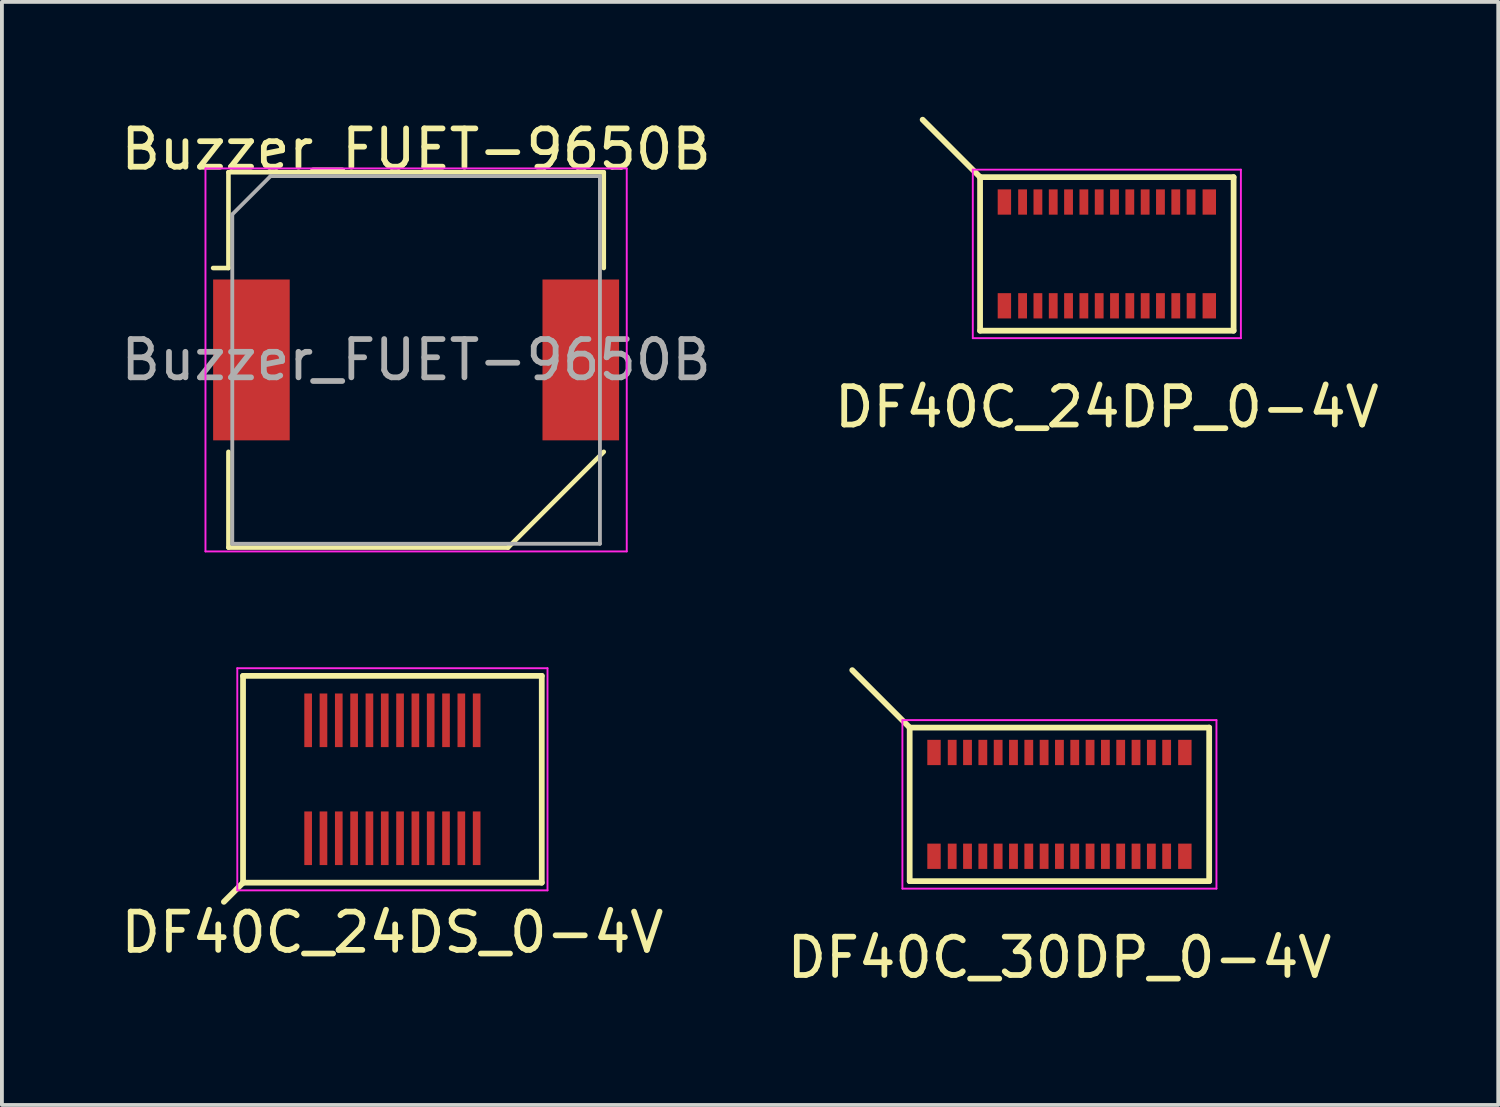
<source format=kicad_pcb>
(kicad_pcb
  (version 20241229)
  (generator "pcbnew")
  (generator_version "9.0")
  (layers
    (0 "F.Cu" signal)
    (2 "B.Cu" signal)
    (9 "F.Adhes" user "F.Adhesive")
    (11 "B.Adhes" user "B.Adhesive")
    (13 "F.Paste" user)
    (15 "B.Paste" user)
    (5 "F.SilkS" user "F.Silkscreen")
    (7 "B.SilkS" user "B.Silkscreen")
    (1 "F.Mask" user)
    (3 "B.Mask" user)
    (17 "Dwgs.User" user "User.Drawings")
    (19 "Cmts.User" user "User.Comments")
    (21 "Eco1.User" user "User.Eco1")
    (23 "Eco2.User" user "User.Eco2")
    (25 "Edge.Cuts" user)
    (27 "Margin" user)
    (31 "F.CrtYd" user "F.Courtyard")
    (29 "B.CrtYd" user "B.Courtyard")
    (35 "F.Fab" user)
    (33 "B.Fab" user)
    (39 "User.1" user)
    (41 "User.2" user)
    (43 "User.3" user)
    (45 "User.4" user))
  (footprint "DF40C_24DP_0-4V"
    (layer "F.Cu")
    (at 25.851 3.58)
    (property "Reference" "DF40C_24DP_0-4V" (at 0 4 0) (layer "F.SilkS") (effects (font (size 1 1) (thickness 0.15))))
    (attr smd)
    (fp_line (start -3.31 -2.005) (end -4.81 -3.505) (stroke (width 0.15) (type solid)) (layer "F.SilkS"))
    (fp_line (start -3.31 -2.005) (end -3.31 2.005) (stroke (width 0.15) (type solid)) (layer "F.SilkS"))
    (fp_line (start -3.31 -2.005) (end 3.31 -2.005) (stroke (width 0.15) (type solid)) (layer "F.SilkS"))
    (fp_line (start 3.31 2.005) (end -3.31 2.005) (stroke (width 0.15) (type solid)) (layer "F.SilkS"))
    (fp_line (start 3.31 2.005) (end 3.31 -2.005) (stroke (width 0.15) (type solid)) (layer "F.SilkS"))
    (fp_line (start -3.5 -2.2) (end -3.5 2.2) (stroke (width 0.05) (type solid)) (layer "F.CrtYd"))
    (fp_line (start -3.5 -2.2) (end 3.5 -2.2) (stroke (width 0.05) (type solid)) (layer "F.CrtYd"))
    (fp_line (start 3.5 2.2) (end -3.5 2.2) (stroke (width 0.05) (type solid)) (layer "F.CrtYd"))
    (fp_line (start 3.5 2.2) (end 3.5 -2.2) (stroke (width 0.05) (type solid)) (layer "F.CrtYd"))
    (pad "1" smd rect (at -2.2 -1.355 180) (size 0.23 0.66) (layers "F.Cu" "F.Mask" "F.Paste"))
    (pad "2" smd rect (at -2.2 1.355 180) (size 0.23 0.66) (layers "F.Cu" "F.Mask" "F.Paste"))
    (pad "3" smd rect (at -1.8 -1.355 180) (size 0.23 0.66) (layers "F.Cu" "F.Mask" "F.Paste"))
    (pad "4" smd rect (at -1.8 1.355 180) (size 0.23 0.66) (layers "F.Cu" "F.Mask" "F.Paste"))
    (pad "5" smd rect (at -1.4 -1.355 180) (size 0.23 0.66) (layers "F.Cu" "F.Mask" "F.Paste"))
    (pad "6" smd rect (at -1.4 1.355 180) (size 0.23 0.66) (layers "F.Cu" "F.Mask" "F.Paste"))
    (pad "7" smd rect (at -1 -1.355 180) (size 0.23 0.66) (layers "F.Cu" "F.Mask" "F.Paste"))
    (pad "8" smd rect (at -1 1.355 180) (size 0.23 0.66) (layers "F.Cu" "F.Mask" "F.Paste"))
    (pad "9" smd rect (at -0.6 -1.355 180) (size 0.23 0.66) (layers "F.Cu" "F.Mask" "F.Paste"))
    (pad "10" smd rect (at -0.6 1.355 180) (size 0.23 0.66) (layers "F.Cu" "F.Mask" "F.Paste"))
    (pad "11" smd rect (at -0.2 -1.355 180) (size 0.23 0.66) (layers "F.Cu" "F.Mask" "F.Paste"))
    (pad "12" smd rect (at -0.2 1.355 180) (size 0.23 0.66) (layers "F.Cu" "F.Mask" "F.Paste"))
    (pad "13" smd rect (at 0.2 -1.355 180) (size 0.23 0.66) (layers "F.Cu" "F.Mask" "F.Paste"))
    (pad "14" smd rect (at 0.2 1.355 180) (size 0.23 0.66) (layers "F.Cu" "F.Mask" "F.Paste"))
    (pad "15" smd rect (at 0.6 -1.355 180) (size 0.23 0.66) (layers "F.Cu" "F.Mask" "F.Paste"))
    (pad "16" smd rect (at 0.6 1.355 180) (size 0.23 0.66) (layers "F.Cu" "F.Mask" "F.Paste"))
    (pad "17" smd rect (at 1 -1.355 180) (size 0.23 0.66) (layers "F.Cu" "F.Mask" "F.Paste"))
    (pad "18" smd rect (at 1 1.355 180) (size 0.23 0.66) (layers "F.Cu" "F.Mask" "F.Paste"))
    (pad "19" smd rect (at 1.4 -1.355 180) (size 0.23 0.66) (layers "F.Cu" "F.Mask" "F.Paste"))
    (pad "20" smd rect (at 1.4 1.355 180) (size 0.23 0.66) (layers "F.Cu" "F.Mask" "F.Paste"))
    (pad "21" smd rect (at 1.8 -1.355 180) (size 0.23 0.66) (layers "F.Cu" "F.Mask" "F.Paste"))
    (pad "22" smd rect (at 1.8 1.355 180) (size 0.23 0.66) (layers "F.Cu" "F.Mask" "F.Paste"))
    (pad "23" smd rect (at 2.2 -1.355 180) (size 0.23 0.66) (layers "F.Cu" "F.Mask" "F.Paste"))
    (pad "24" smd rect (at 2.2 1.355 180) (size 0.23 0.66) (layers "F.Cu" "F.Mask" "F.Paste"))
    (pad "MP" smd rect (at -2.675 -1.355 180) (size 0.35 0.66) (layers "F.Cu" "F.Mask" "F.Paste"))
    (pad "MP" smd rect (at -2.675 1.355 180) (size 0.35 0.66) (layers "F.Cu" "F.Mask" "F.Paste"))
    (pad "MP" smd rect (at 2.675 -1.355 180) (size 0.35 0.66) (layers "F.Cu" "F.Mask" "F.Paste"))
    (pad "MP" smd rect (at 2.675 1.355 180) (size 0.35 0.66) (layers "F.Cu" "F.Mask" "F.Paste")))
  (footprint "DF40C_30DP_0-4V"
    (layer "F.Cu")
    (at 24.613 17.953)
    (property "Reference" "DF40C_30DP_0-4V" (at 0 4 0) (layer "F.SilkS") (effects (font (size 1 1) (thickness 0.15))))
    (attr smd)
    (fp_line (start -3.91 -2.005) (end -5.41 -3.505) (stroke (width 0.15) (type solid)) (layer "F.SilkS"))
    (fp_line (start -3.91 -2.005) (end -3.91 2.005) (stroke (width 0.15) (type solid)) (layer "F.SilkS"))
    (fp_line (start -3.91 -2.005) (end 3.91 -2.005) (stroke (width 0.15) (type solid)) (layer "F.SilkS"))
    (fp_line (start 3.91 2.005) (end -3.91 2.005) (stroke (width 0.15) (type solid)) (layer "F.SilkS"))
    (fp_line (start 3.91 2.005) (end 3.91 -2.005) (stroke (width 0.15) (type solid)) (layer "F.SilkS"))
    (fp_line (start -4.1 -2.2) (end -4.1 2.2) (stroke (width 0.05) (type solid)) (layer "F.CrtYd"))
    (fp_line (start -4.1 -2.2) (end 4.1 -2.2) (stroke (width 0.05) (type solid)) (layer "F.CrtYd"))
    (fp_line (start 4.1 2.2) (end -4.1 2.2) (stroke (width 0.05) (type solid)) (layer "F.CrtYd"))
    (fp_line (start 4.1 2.2) (end 4.1 -2.2) (stroke (width 0.05) (type solid)) (layer "F.CrtYd"))
    (pad "1" smd rect (at -2.8 1.355) (size 0.23 0.66) (layers "F.Cu" "F.Mask" "F.Paste"))
    (pad "2" smd rect (at -2.8 -1.355) (size 0.23 0.66) (layers "F.Cu" "F.Mask" "F.Paste"))
    (pad "3" smd rect (at -2.4 1.355) (size 0.23 0.66) (layers "F.Cu" "F.Mask" "F.Paste"))
    (pad "4" smd rect (at -2.4 -1.355) (size 0.23 0.66) (layers "F.Cu" "F.Mask" "F.Paste"))
    (pad "5" smd rect (at -2 1.355) (size 0.23 0.66) (layers "F.Cu" "F.Mask" "F.Paste"))
    (pad "6" smd rect (at -2 -1.355) (size 0.23 0.66) (layers "F.Cu" "F.Mask" "F.Paste"))
    (pad "7" smd rect (at -1.6 1.355) (size 0.23 0.66) (layers "F.Cu" "F.Mask" "F.Paste"))
    (pad "8" smd rect (at -1.6 -1.355) (size 0.23 0.66) (layers "F.Cu" "F.Mask" "F.Paste"))
    (pad "9" smd rect (at -1.2 1.355) (size 0.23 0.66) (layers "F.Cu" "F.Mask" "F.Paste"))
    (pad "10" smd rect (at -1.2 -1.355) (size 0.23 0.66) (layers "F.Cu" "F.Mask" "F.Paste"))
    (pad "11" smd rect (at -0.8 1.355) (size 0.23 0.66) (layers "F.Cu" "F.Mask" "F.Paste"))
    (pad "12" smd rect (at -0.8 -1.355) (size 0.23 0.66) (layers "F.Cu" "F.Mask" "F.Paste"))
    (pad "13" smd rect (at -0.4 1.355) (size 0.23 0.66) (layers "F.Cu" "F.Mask" "F.Paste"))
    (pad "14" smd rect (at -0.4 -1.355) (size 0.23 0.66) (layers "F.Cu" "F.Mask" "F.Paste"))
    (pad "15" smd rect (at 0 1.355) (size 0.23 0.66) (layers "F.Cu" "F.Mask" "F.Paste"))
    (pad "16" smd rect (at 0 -1.355) (size 0.23 0.66) (layers "F.Cu" "F.Mask" "F.Paste"))
    (pad "17" smd rect (at 0.4 1.355) (size 0.23 0.66) (layers "F.Cu" "F.Mask" "F.Paste"))
    (pad "18" smd rect (at 0.4 -1.355) (size 0.23 0.66) (layers "F.Cu" "F.Mask" "F.Paste"))
    (pad "19" smd rect (at 0.8 1.355) (size 0.23 0.66) (layers "F.Cu" "F.Mask" "F.Paste"))
    (pad "20" smd rect (at 0.8 -1.355) (size 0.23 0.66) (layers "F.Cu" "F.Mask" "F.Paste"))
    (pad "21" smd rect (at 1.2 1.355) (size 0.23 0.66) (layers "F.Cu" "F.Mask" "F.Paste"))
    (pad "22" smd rect (at 1.2 -1.355) (size 0.23 0.66) (layers "F.Cu" "F.Mask" "F.Paste"))
    (pad "23" smd rect (at 1.6 1.355) (size 0.23 0.66) (layers "F.Cu" "F.Mask" "F.Paste"))
    (pad "24" smd rect (at 1.6 -1.355) (size 0.23 0.66) (layers "F.Cu" "F.Mask" "F.Paste"))
    (pad "25" smd rect (at 2 1.355) (size 0.23 0.66) (layers "F.Cu" "F.Mask" "F.Paste"))
    (pad "26" smd rect (at 2 -1.355) (size 0.23 0.66) (layers "F.Cu" "F.Mask" "F.Paste"))
    (pad "27" smd rect (at 2.4 1.355) (size 0.23 0.66) (layers "F.Cu" "F.Mask" "F.Paste"))
    (pad "28" smd rect (at 2.4 -1.355) (size 0.23 0.66) (layers "F.Cu" "F.Mask" "F.Paste"))
    (pad "29" smd rect (at 2.8 1.355) (size 0.23 0.66) (layers "F.Cu" "F.Mask" "F.Paste"))
    (pad "30" smd rect (at 2.8 -1.355) (size 0.23 0.66) (layers "F.Cu" "F.Mask" "F.Paste"))
    (pad "MP" smd rect (at -3.275 -1.355) (size 0.35 0.66) (layers "F.Cu" "F.Mask" "F.Paste"))
    (pad "MP" smd rect (at -3.275 1.355) (size 0.35 0.66) (layers "F.Cu" "F.Mask" "F.Paste"))
    (pad "MP" smd rect (at 3.275 -1.355) (size 0.35 0.66) (layers "F.Cu" "F.Mask" "F.Paste"))
    (pad "MP" smd rect (at 3.275 1.355) (size 0.35 0.66) (layers "F.Cu" "F.Mask" "F.Paste")))
  (footprint "Buzzer_FUET-9650B"
    (layer "F.Cu")
    (at 7.815 6.348)
    (property "Reference" "Buzzer_FUET-9650B" (at 0 -5.5 0) (layer "F.SilkS") (effects (font (size 1 1) (thickness 0.15))))
    (attr smd)
    (fp_line (start -4.9 -4.9) (end -4.9 -2.4) (stroke (width 0.12) (type solid)) (layer "F.SilkS"))
    (fp_line (start -4.9 -4.9) (end 4.9 -4.9) (stroke (width 0.12) (type solid)) (layer "F.SilkS"))
    (fp_line (start -4.9 -2.4) (end -5.3 -2.4) (stroke (width 0.12) (type solid)) (layer "F.SilkS"))
    (fp_line (start -4.9 2.4) (end -4.9 4.9) (stroke (width 0.12) (type solid)) (layer "F.SilkS"))
    (fp_line (start 2.4 4.9) (end -4.9 4.9) (stroke (width 0.12) (type solid)) (layer "F.SilkS"))
    (fp_line (start 2.4 4.9) (end 4.9 2.4) (stroke (width 0.12) (type default)) (layer "F.SilkS"))
    (fp_line (start 4.9 -4.9) (end 4.9 -2.4) (stroke (width 0.12) (type solid)) (layer "F.SilkS"))
    (fp_line (start -5.5 -5) (end 5.5 -5) (stroke (width 0.05) (type solid)) (layer "F.CrtYd"))
    (fp_line (start -5.5 5) (end -5.5 -5) (stroke (width 0.05) (type solid)) (layer "F.CrtYd"))
    (fp_line (start 5.5 -5) (end 5.5 5) (stroke (width 0.05) (type solid)) (layer "F.CrtYd"))
    (fp_line (start 5.5 5) (end -5.5 5) (stroke (width 0.05) (type solid)) (layer "F.CrtYd"))
    (fp_line (start -4.8 -3.8) (end -4.8 4.8) (stroke (width 0.1) (type solid)) (layer "F.Fab"))
    (fp_line (start -4.8 4.8) (end 4.8 4.8) (stroke (width 0.1) (type solid)) (layer "F.Fab"))
    (fp_line (start -3.8 -4.8) (end -4.8 -3.8) (stroke (width 0.1) (type solid)) (layer "F.Fab"))
    (fp_line (start 4.8 -4.8) (end -3.8 -4.8) (stroke (width 0.1) (type solid)) (layer "F.Fab"))
    (fp_line (start 4.8 4.8) (end 4.8 -4.8) (stroke (width 0.1) (type solid)) (layer "F.Fab"))
    (fp_text user "${REFERENCE}" (at 0 0 0) (layer "F.Fab") (effects (font (size 1 1) (thickness 0.15))))
    (pad "1" smd rect (at -4.3 0) (size 2 4.2) (layers "F.Cu" "F.Mask" "F.Paste"))
    (pad "2" smd rect (at 4.3 0) (size 2 4.2) (layers "F.Cu" "F.Mask" "F.Paste")))
  (footprint "DF40C_24DS_0-4V"
    (layer "F.Cu")
    (at 7.196 17.298)
    (property "Reference" "DF40C_24DS_0-4V" (at 0 4 0) (layer "F.SilkS") (effects (font (size 1 1) (thickness 0.15))))
    (attr smd)
    (fp_line (start -3.9 -2.7) (end -3.9 2.7) (stroke (width 0.15) (type solid)) (layer "F.SilkS"))
    (fp_line (start -3.9 -2.7) (end 3.9 -2.7) (stroke (width 0.15) (type solid)) (layer "F.SilkS"))
    (fp_line (start -3.9 2.7) (end -4.4 3.2) (stroke (width 0.15) (type solid)) (layer "F.SilkS"))
    (fp_line (start 3.9 2.7) (end -3.9 2.7) (stroke (width 0.15) (type solid)) (layer "F.SilkS"))
    (fp_line (start 3.9 2.7) (end 3.9 -2.7) (stroke (width 0.15) (type solid)) (layer "F.SilkS"))
    (fp_line (start -4.05 -2.9) (end -4.05 2.9) (stroke (width 0.05) (type solid)) (layer "F.CrtYd"))
    (fp_line (start -4.05 -2.9) (end 4.05 -2.9) (stroke (width 0.05) (type solid)) (layer "F.CrtYd"))
    (fp_line (start 4.05 2.9) (end -4.05 2.9) (stroke (width 0.05) (type solid)) (layer "F.CrtYd"))
    (fp_line (start 4.05 2.9) (end 4.05 -2.9) (stroke (width 0.05) (type solid)) (layer "F.CrtYd"))
    (pad "1" smd rect (at -2.2 1.54) (size 0.2 1.4) (layers "F.Cu" "F.Mask" "F.Paste"))
    (pad "2" smd rect (at -2.2 -1.54) (size 0.2 1.4) (layers "F.Cu" "F.Mask" "F.Paste"))
    (pad "3" smd rect (at -1.8 1.54) (size 0.2 1.4) (layers "F.Cu" "F.Mask" "F.Paste"))
    (pad "4" smd rect (at -1.8 -1.54) (size 0.2 1.4) (layers "F.Cu" "F.Mask" "F.Paste"))
    (pad "5" smd rect (at -1.4 1.54) (size 0.2 1.4) (layers "F.Cu" "F.Mask" "F.Paste"))
    (pad "6" smd rect (at -1.4 -1.54) (size 0.2 1.4) (layers "F.Cu" "F.Mask" "F.Paste"))
    (pad "7" smd rect (at -1 1.54) (size 0.2 1.4) (layers "F.Cu" "F.Mask" "F.Paste"))
    (pad "8" smd rect (at -1 -1.54) (size 0.2 1.4) (layers "F.Cu" "F.Mask" "F.Paste"))
    (pad "9" smd rect (at -0.6 1.54) (size 0.2 1.4) (layers "F.Cu" "F.Mask" "F.Paste"))
    (pad "10" smd rect (at -0.6 -1.54) (size 0.2 1.4) (layers "F.Cu" "F.Mask" "F.Paste"))
    (pad "11" smd rect (at -0.2 1.54) (size 0.2 1.4) (layers "F.Cu" "F.Mask" "F.Paste"))
    (pad "12" smd rect (at -0.2 -1.54) (size 0.2 1.4) (layers "F.Cu" "F.Mask" "F.Paste"))
    (pad "13" smd rect (at 0.2 1.54) (size 0.2 1.4) (layers "F.Cu" "F.Mask" "F.Paste"))
    (pad "14" smd rect (at 0.2 -1.54) (size 0.2 1.4) (layers "F.Cu" "F.Mask" "F.Paste"))
    (pad "15" smd rect (at 0.6 1.54) (size 0.2 1.4) (layers "F.Cu" "F.Mask" "F.Paste"))
    (pad "16" smd rect (at 0.6 -1.54) (size 0.2 1.4) (layers "F.Cu" "F.Mask" "F.Paste"))
    (pad "17" smd rect (at 1 1.54) (size 0.2 1.4) (layers "F.Cu" "F.Mask" "F.Paste"))
    (pad "18" smd rect (at 1 -1.54) (size 0.2 1.4) (layers "F.Cu" "F.Mask" "F.Paste"))
    (pad "19" smd rect (at 1.4 1.54) (size 0.2 1.4) (layers "F.Cu" "F.Mask" "F.Paste"))
    (pad "20" smd rect (at 1.4 -1.54) (size 0.2 1.4) (layers "F.Cu" "F.Mask" "F.Paste"))
    (pad "21" smd rect (at 1.8 1.54) (size 0.2 1.4) (layers "F.Cu" "F.Mask" "F.Paste"))
    (pad "22" smd rect (at 1.8 -1.54) (size 0.2 1.4) (layers "F.Cu" "F.Mask" "F.Paste"))
    (pad "23" smd rect (at 2.2 1.54) (size 0.2 1.4) (layers "F.Cu" "F.Mask" "F.Paste"))
    (pad "24" smd rect (at 2.2 -1.54) (size 0.2 1.4) (layers "F.Cu" "F.Mask" "F.Paste")))
  (gr_rect
    (start -3 -3)
    (end 36.071 25.802)
    (stroke (width 0.1) (type default))
    (fill no)
    (layer "Edge.Cuts")))
</source>
